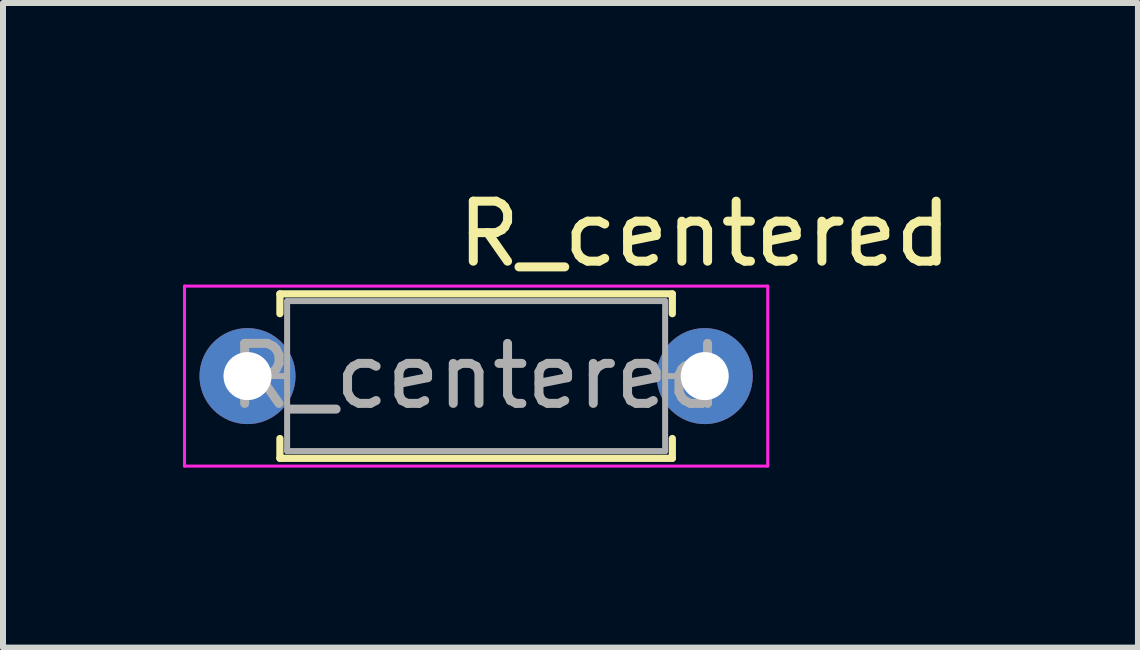
<source format=kicad_pcb>
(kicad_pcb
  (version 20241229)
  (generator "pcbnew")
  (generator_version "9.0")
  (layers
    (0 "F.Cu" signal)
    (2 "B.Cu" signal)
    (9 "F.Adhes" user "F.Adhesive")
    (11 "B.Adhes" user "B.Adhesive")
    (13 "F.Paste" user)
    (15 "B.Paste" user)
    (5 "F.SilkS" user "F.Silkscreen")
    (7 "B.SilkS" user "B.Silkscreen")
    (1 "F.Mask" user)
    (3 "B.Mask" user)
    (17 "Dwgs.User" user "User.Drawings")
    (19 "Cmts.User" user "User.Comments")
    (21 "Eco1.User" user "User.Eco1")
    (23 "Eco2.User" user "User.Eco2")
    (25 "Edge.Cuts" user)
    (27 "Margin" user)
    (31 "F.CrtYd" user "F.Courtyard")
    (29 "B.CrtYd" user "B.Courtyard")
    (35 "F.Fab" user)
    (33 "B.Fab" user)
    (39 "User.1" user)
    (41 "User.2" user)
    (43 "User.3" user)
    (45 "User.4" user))
  (footprint "R_centered"
    (layer "F.Cu")
    (at 4.885 3.218)
    (property "Reference" "R_centered" (at 3.81 -2.37 0) (layer "F.SilkS") (effects (font (size 1 1) (thickness 0.15))))
    (attr through_hole)
    (fp_line (start -3.27 -1.37) (end 3.27 -1.37) (stroke (width 0.12) (type solid)) (layer "F.SilkS"))
    (fp_line (start -3.27 -1.04) (end -3.27 -1.37) (stroke (width 0.12) (type solid)) (layer "F.SilkS"))
    (fp_line (start -3.27 1.04) (end -3.27 1.37) (stroke (width 0.12) (type solid)) (layer "F.SilkS"))
    (fp_line (start -3.27 1.37) (end 3.27 1.37) (stroke (width 0.12) (type solid)) (layer "F.SilkS"))
    (fp_line (start 3.27 -1.37) (end 3.27 -1.04) (stroke (width 0.12) (type solid)) (layer "F.SilkS"))
    (fp_line (start 3.27 1.37) (end 3.27 1.04) (stroke (width 0.12) (type solid)) (layer "F.SilkS"))
    (fp_line (start -4.86 -1.5) (end -4.86 1.5) (stroke (width 0.05) (type solid)) (layer "F.CrtYd"))
    (fp_line (start -4.86 1.5) (end 4.86 1.5) (stroke (width 0.05) (type solid)) (layer "F.CrtYd"))
    (fp_line (start 4.86 -1.5) (end -4.86 -1.5) (stroke (width 0.05) (type solid)) (layer "F.CrtYd"))
    (fp_line (start 4.86 1.5) (end 4.86 -1.5) (stroke (width 0.05) (type solid)) (layer "F.CrtYd"))
    (fp_line (start -3.81 0) (end -3.15 0) (stroke (width 0.1) (type solid)) (layer "F.Fab"))
    (fp_line (start -3.15 -1.25) (end -3.15 1.25) (stroke (width 0.1) (type solid)) (layer "F.Fab"))
    (fp_line (start -3.15 1.25) (end 3.15 1.25) (stroke (width 0.1) (type solid)) (layer "F.Fab"))
    (fp_line (start 3.15 -1.25) (end -3.15 -1.25) (stroke (width 0.1) (type solid)) (layer "F.Fab"))
    (fp_line (start 3.15 1.25) (end 3.15 -1.25) (stroke (width 0.1) (type solid)) (layer "F.Fab"))
    (fp_line (start 3.81 0) (end 3.15 0) (stroke (width 0.1) (type solid)) (layer "F.Fab"))
    (fp_text user "${REFERENCE}" (at 0 0 0) (layer "F.Fab") (effects (font (size 1 1) (thickness 0.15))))
    (pad "1" thru_hole circle (at -3.81 0) (size 1.6 1.6) (drill 0.8) (layers "*.Cu" "*.Mask"))
    (pad "2" thru_hole oval (at 3.81 0) (size 1.6 1.6) (drill 0.8) (layers "*.Cu" "*.Mask")))
  (gr_rect
    (start -3 -3)
    (end 15.915 7.743)
    (stroke (width 0.1) (type default))
    (fill no)
    (layer "Edge.Cuts")))
</source>
